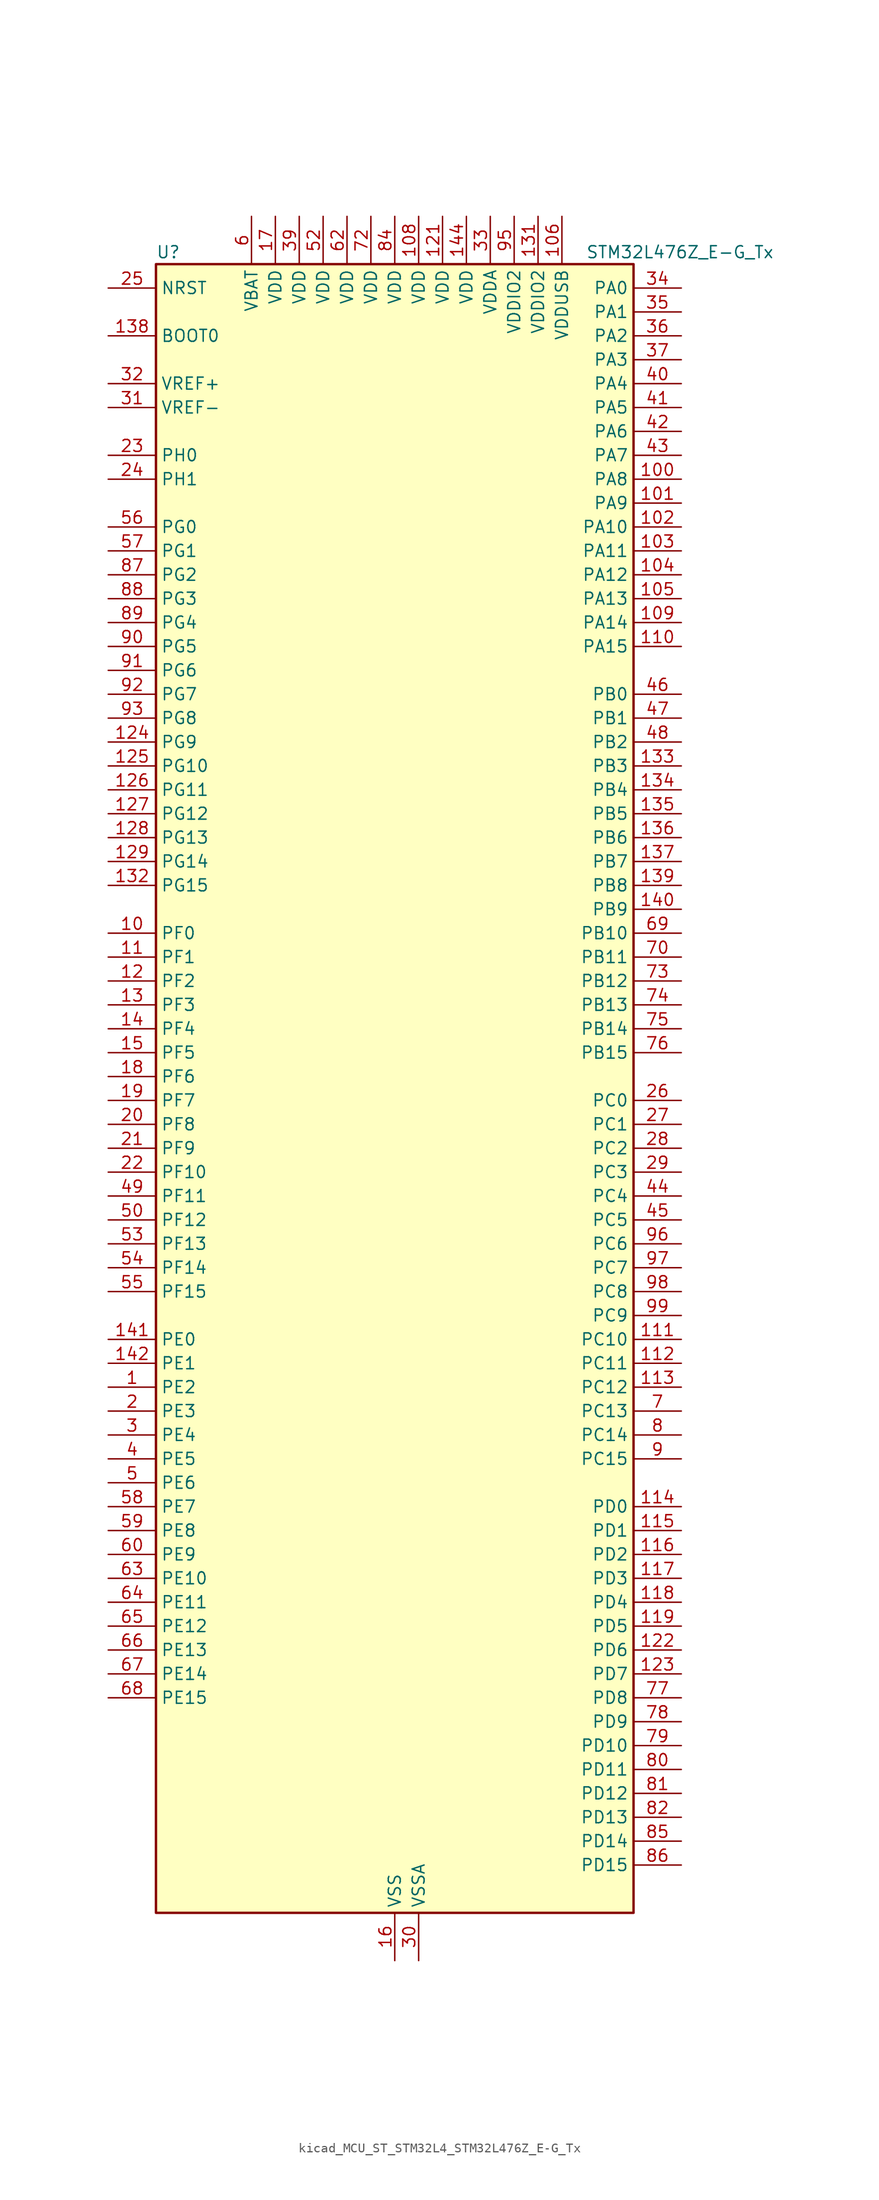
<source format=kicad_sym>
(kicad_symbol_lib
  (version 20220914)
  (generator kicad_symbol_editor)
  (symbol "kicad_MCU_ST_STM32L4_STM32L476Z_E-G_Tx"
    (property "Reference" "U"
      (at -25.4 90.17 0)
      (effects (font (size 1.27 1.27)) (justify left)))
    (property "Value" "STM32L476Z_E-G_Tx"
      (at 20.32 90.17 0)
      (effects (font (size 1.27 1.27)) (justify left)))
    (property "ki_locked" ""
      (at 0 0 0)
      (effects (font (size 1.27 1.27))))
    (symbol "kicad_MCU_ST_STM32L4_STM32L476Z_E-G_Tx_0_1"
      (rectangle (start -25.4 -86.36) (end 25.4 88.9) (stroke (width 0.254) (type default)) (fill (type background))))
    (symbol "kicad_MCU_ST_STM32L4_STM32L476Z_E-G_Tx_1_1"
      (pin bidirectional line (at -30.48 -30.48 0) (length 5.08) (name "PE2" (effects (font (size 1.27 1.27)))) (number "1" (effects (font (size 1.27 1.27)))) (alternate "FMC_A23" bidirectional line) (alternate "LCD_SEG38" bidirectional line) (alternate "SAI1_MCLK_A" bidirectional line) (alternate "SYS_TRACECLK" bidirectional line) (alternate "TIM3_ETR" bidirectional line) (alternate "TSC_G7_IO1" bidirectional line))
      (pin bidirectional line (at -30.48 17.78 0) (length 5.08) (name "PF0" (effects (font (size 1.27 1.27)))) (number "10" (effects (font (size 1.27 1.27)))) (alternate "FMC_A0" bidirectional line) (alternate "I2C2_SDA" bidirectional line))
      (pin bidirectional line (at 30.48 66.04 180) (length 5.08) (name "PA8" (effects (font (size 1.27 1.27)))) (number "100" (effects (font (size 1.27 1.27)))) (alternate "LCD_COM0" bidirectional line) (alternate "LPTIM2_OUT" bidirectional line) (alternate "RCC_MCO" bidirectional line) (alternate "TIM1_CH1" bidirectional line) (alternate "USART1_CK" bidirectional line) (alternate "USB_OTG_FS_SOF" bidirectional line))
      (pin bidirectional line (at 30.48 63.5 180) (length 5.08) (name "PA9" (effects (font (size 1.27 1.27)))) (number "101" (effects (font (size 1.27 1.27)))) (alternate "DAC1_EXTI9" bidirectional line) (alternate "LCD_COM1" bidirectional line) (alternate "TIM15_BKIN" bidirectional line) (alternate "TIM1_CH2" bidirectional line) (alternate "USART1_TX" bidirectional line) (alternate "USB_OTG_FS_VBUS" bidirectional line))
      (pin bidirectional line (at 30.48 60.96 180) (length 5.08) (name "PA10" (effects (font (size 1.27 1.27)))) (number "102" (effects (font (size 1.27 1.27)))) (alternate "LCD_COM2" bidirectional line) (alternate "TIM17_BKIN" bidirectional line) (alternate "TIM1_CH3" bidirectional line) (alternate "USART1_RX" bidirectional line) (alternate "USB_OTG_FS_ID" bidirectional line))
      (pin bidirectional line (at 30.48 58.42 180) (length 5.08) (name "PA11" (effects (font (size 1.27 1.27)))) (number "103" (effects (font (size 1.27 1.27)))) (alternate "ADC1_EXTI11" bidirectional line) (alternate "ADC2_EXTI11" bidirectional line) (alternate "ADC3_EXTI11" bidirectional line) (alternate "CAN1_RX" bidirectional line) (alternate "TIM1_BKIN2" bidirectional line) (alternate "TIM1_BKIN2_COMP1" bidirectional line) (alternate "TIM1_CH4" bidirectional line) (alternate "USART1_CTS" bidirectional line) (alternate "USB_OTG_FS_DM" bidirectional line))
      (pin bidirectional line (at 30.48 55.88 180) (length 5.08) (name "PA12" (effects (font (size 1.27 1.27)))) (number "104" (effects (font (size 1.27 1.27)))) (alternate "CAN1_TX" bidirectional line) (alternate "TIM1_ETR" bidirectional line) (alternate "USART1_DE" bidirectional line) (alternate "USART1_RTS" bidirectional line) (alternate "USB_OTG_FS_DP" bidirectional line))
      (pin bidirectional line (at 30.48 53.34 180) (length 5.08) (name "PA13" (effects (font (size 1.27 1.27)))) (number "105" (effects (font (size 1.27 1.27)))) (alternate "IR_OUT" bidirectional line) (alternate "SYS_JTMS-SWDIO" bidirectional line) (alternate "USB_OTG_FS_NOE" bidirectional line))
      (pin power_in line (at 17.78 93.98 270) (length 5.08) (name "VDDUSB" (effects (font (size 1.27 1.27)))) (number "106" (effects (font (size 1.27 1.27)))))
      (pin passive line (at 0 -91.44 90) (length 5.08) hide (name "VSS" (effects (font (size 1.27 1.27)))) (number "107" (effects (font (size 1.27 1.27)))))
      (pin power_in line (at 2.54 93.98 270) (length 5.08) (name "VDD" (effects (font (size 1.27 1.27)))) (number "108" (effects (font (size 1.27 1.27)))))
      (pin bidirectional line (at 30.48 50.8 180) (length 5.08) (name "PA14" (effects (font (size 1.27 1.27)))) (number "109" (effects (font (size 1.27 1.27)))) (alternate "SYS_JTCK-SWCLK" bidirectional line))
      (pin bidirectional line (at -30.48 15.24 0) (length 5.08) (name "PF1" (effects (font (size 1.27 1.27)))) (number "11" (effects (font (size 1.27 1.27)))) (alternate "FMC_A1" bidirectional line) (alternate "I2C2_SCL" bidirectional line))
      (pin bidirectional line (at 30.48 48.26 180) (length 5.08) (name "PA15" (effects (font (size 1.27 1.27)))) (number "110" (effects (font (size 1.27 1.27)))) (alternate "ADC1_EXTI15" bidirectional line) (alternate "ADC2_EXTI15" bidirectional line) (alternate "ADC3_EXTI15" bidirectional line) (alternate "LCD_SEG17" bidirectional line) (alternate "SAI2_FS_B" bidirectional line) (alternate "SPI1_NSS" bidirectional line) (alternate "SPI3_NSS" bidirectional line) (alternate "SYS_JTDI" bidirectional line) (alternate "TIM2_CH1" bidirectional line) (alternate "TIM2_ETR" bidirectional line) (alternate "TSC_G3_IO1" bidirectional line) (alternate "UART4_DE" bidirectional line) (alternate "UART4_RTS" bidirectional line))
      (pin bidirectional line (at 30.48 -25.4 180) (length 5.08) (name "PC10" (effects (font (size 1.27 1.27)))) (number "111" (effects (font (size 1.27 1.27)))) (alternate "LCD_COM4" bidirectional line) (alternate "LCD_SEG28" bidirectional line) (alternate "LCD_SEG40" bidirectional line) (alternate "SAI2_SCK_B" bidirectional line) (alternate "SDMMC1_D2" bidirectional line) (alternate "SPI3_SCK" bidirectional line) (alternate "TSC_G3_IO2" bidirectional line) (alternate "UART4_TX" bidirectional line) (alternate "USART3_TX" bidirectional line))
      (pin bidirectional line (at 30.48 -27.94 180) (length 5.08) (name "PC11" (effects (font (size 1.27 1.27)))) (number "112" (effects (font (size 1.27 1.27)))) (alternate "ADC1_EXTI11" bidirectional line) (alternate "ADC2_EXTI11" bidirectional line) (alternate "ADC3_EXTI11" bidirectional line) (alternate "LCD_COM5" bidirectional line) (alternate "LCD_SEG29" bidirectional line) (alternate "LCD_SEG41" bidirectional line) (alternate "SAI2_MCLK_B" bidirectional line) (alternate "SDMMC1_D3" bidirectional line) (alternate "SPI3_MISO" bidirectional line) (alternate "TSC_G3_IO3" bidirectional line) (alternate "UART4_RX" bidirectional line) (alternate "USART3_RX" bidirectional line))
      (pin bidirectional line (at 30.48 -30.48 180) (length 5.08) (name "PC12" (effects (font (size 1.27 1.27)))) (number "113" (effects (font (size 1.27 1.27)))) (alternate "LCD_COM6" bidirectional line) (alternate "LCD_SEG30" bidirectional line) (alternate "LCD_SEG42" bidirectional line) (alternate "SAI2_SD_B" bidirectional line) (alternate "SDMMC1_CK" bidirectional line) (alternate "SPI3_MOSI" bidirectional line) (alternate "TSC_G3_IO4" bidirectional line) (alternate "UART5_TX" bidirectional line) (alternate "USART3_CK" bidirectional line))
      (pin bidirectional line (at 30.48 -43.18 180) (length 5.08) (name "PD0" (effects (font (size 1.27 1.27)))) (number "114" (effects (font (size 1.27 1.27)))) (alternate "CAN1_RX" bidirectional line) (alternate "DFSDM1_DATIN7" bidirectional line) (alternate "FMC_D2" bidirectional line) (alternate "FMC_DA2" bidirectional line) (alternate "SPI2_NSS" bidirectional line))
      (pin bidirectional line (at 30.48 -45.72 180) (length 5.08) (name "PD1" (effects (font (size 1.27 1.27)))) (number "115" (effects (font (size 1.27 1.27)))) (alternate "CAN1_TX" bidirectional line) (alternate "DFSDM1_CKIN7" bidirectional line) (alternate "FMC_D3" bidirectional line) (alternate "FMC_DA3" bidirectional line) (alternate "SPI2_SCK" bidirectional line))
      (pin bidirectional line (at 30.48 -48.26 180) (length 5.08) (name "PD2" (effects (font (size 1.27 1.27)))) (number "116" (effects (font (size 1.27 1.27)))) (alternate "LCD_COM7" bidirectional line) (alternate "LCD_SEG31" bidirectional line) (alternate "LCD_SEG43" bidirectional line) (alternate "SDMMC1_CMD" bidirectional line) (alternate "TIM3_ETR" bidirectional line) (alternate "TSC_SYNC" bidirectional line) (alternate "UART5_RX" bidirectional line) (alternate "USART3_DE" bidirectional line) (alternate "USART3_RTS" bidirectional line))
      (pin bidirectional line (at 30.48 -50.8 180) (length 5.08) (name "PD3" (effects (font (size 1.27 1.27)))) (number "117" (effects (font (size 1.27 1.27)))) (alternate "DFSDM1_DATIN0" bidirectional line) (alternate "FMC_CLK" bidirectional line) (alternate "SPI2_MISO" bidirectional line) (alternate "USART2_CTS" bidirectional line))
      (pin bidirectional line (at 30.48 -53.34 180) (length 5.08) (name "PD4" (effects (font (size 1.27 1.27)))) (number "118" (effects (font (size 1.27 1.27)))) (alternate "DFSDM1_CKIN0" bidirectional line) (alternate "FMC_NOE" bidirectional line) (alternate "SPI2_MOSI" bidirectional line) (alternate "USART2_DE" bidirectional line) (alternate "USART2_RTS" bidirectional line))
      (pin bidirectional line (at 30.48 -55.88 180) (length 5.08) (name "PD5" (effects (font (size 1.27 1.27)))) (number "119" (effects (font (size 1.27 1.27)))) (alternate "FMC_NWE" bidirectional line) (alternate "USART2_TX" bidirectional line))
      (pin bidirectional line (at -30.48 12.7 0) (length 5.08) (name "PF2" (effects (font (size 1.27 1.27)))) (number "12" (effects (font (size 1.27 1.27)))) (alternate "FMC_A2" bidirectional line) (alternate "I2C2_SMBA" bidirectional line))
      (pin passive line (at 0 -91.44 90) (length 5.08) hide (name "VSS" (effects (font (size 1.27 1.27)))) (number "120" (effects (font (size 1.27 1.27)))))
      (pin power_in line (at 5.08 93.98 270) (length 5.08) (name "VDD" (effects (font (size 1.27 1.27)))) (number "121" (effects (font (size 1.27 1.27)))))
      (pin bidirectional line (at 30.48 -58.42 180) (length 5.08) (name "PD6" (effects (font (size 1.27 1.27)))) (number "122" (effects (font (size 1.27 1.27)))) (alternate "DFSDM1_DATIN1" bidirectional line) (alternate "FMC_NWAIT" bidirectional line) (alternate "SAI1_SD_A" bidirectional line) (alternate "USART2_RX" bidirectional line))
      (pin bidirectional line (at 30.48 -60.96 180) (length 5.08) (name "PD7" (effects (font (size 1.27 1.27)))) (number "123" (effects (font (size 1.27 1.27)))) (alternate "DFSDM1_CKIN1" bidirectional line) (alternate "FMC_NE1" bidirectional line) (alternate "USART2_CK" bidirectional line))
      (pin bidirectional line (at -30.48 38.1 0) (length 5.08) (name "PG9" (effects (font (size 1.27 1.27)))) (number "124" (effects (font (size 1.27 1.27)))) (alternate "DAC1_EXTI9" bidirectional line) (alternate "FMC_NCE3" bidirectional line) (alternate "FMC_NE2" bidirectional line) (alternate "SAI2_SCK_A" bidirectional line) (alternate "SPI3_SCK" bidirectional line) (alternate "TIM15_CH1N" bidirectional line) (alternate "USART1_TX" bidirectional line))
      (pin bidirectional line (at -30.48 35.56 0) (length 5.08) (name "PG10" (effects (font (size 1.27 1.27)))) (number "125" (effects (font (size 1.27 1.27)))) (alternate "FMC_NE3" bidirectional line) (alternate "LPTIM1_IN1" bidirectional line) (alternate "SAI2_FS_A" bidirectional line) (alternate "SPI3_MISO" bidirectional line) (alternate "TIM15_CH1" bidirectional line) (alternate "USART1_RX" bidirectional line))
      (pin bidirectional line (at -30.48 33.02 0) (length 5.08) (name "PG11" (effects (font (size 1.27 1.27)))) (number "126" (effects (font (size 1.27 1.27)))) (alternate "ADC1_EXTI11" bidirectional line) (alternate "ADC2_EXTI11" bidirectional line) (alternate "ADC3_EXTI11" bidirectional line) (alternate "LPTIM1_IN2" bidirectional line) (alternate "SAI2_MCLK_A" bidirectional line) (alternate "SPI3_MOSI" bidirectional line) (alternate "TIM15_CH2" bidirectional line) (alternate "USART1_CTS" bidirectional line))
      (pin bidirectional line (at -30.48 30.48 0) (length 5.08) (name "PG12" (effects (font (size 1.27 1.27)))) (number "127" (effects (font (size 1.27 1.27)))) (alternate "FMC_NE4" bidirectional line) (alternate "LPTIM1_ETR" bidirectional line) (alternate "SAI2_SD_A" bidirectional line) (alternate "SPI3_NSS" bidirectional line) (alternate "USART1_DE" bidirectional line) (alternate "USART1_RTS" bidirectional line))
      (pin bidirectional line (at -30.48 27.94 0) (length 5.08) (name "PG13" (effects (font (size 1.27 1.27)))) (number "128" (effects (font (size 1.27 1.27)))) (alternate "FMC_A24" bidirectional line) (alternate "I2C1_SDA" bidirectional line) (alternate "USART1_CK" bidirectional line))
      (pin bidirectional line (at -30.48 25.4 0) (length 5.08) (name "PG14" (effects (font (size 1.27 1.27)))) (number "129" (effects (font (size 1.27 1.27)))) (alternate "FMC_A25" bidirectional line) (alternate "I2C1_SCL" bidirectional line))
      (pin bidirectional line (at -30.48 10.16 0) (length 5.08) (name "PF3" (effects (font (size 1.27 1.27)))) (number "13" (effects (font (size 1.27 1.27)))) (alternate "ADC3_IN6" bidirectional line) (alternate "FMC_A3" bidirectional line))
      (pin passive line (at 0 -91.44 90) (length 5.08) hide (name "VSS" (effects (font (size 1.27 1.27)))) (number "130" (effects (font (size 1.27 1.27)))))
      (pin power_in line (at 15.24 93.98 270) (length 5.08) (name "VDDIO2" (effects (font (size 1.27 1.27)))) (number "131" (effects (font (size 1.27 1.27)))))
      (pin bidirectional line (at -30.48 22.86 0) (length 5.08) (name "PG15" (effects (font (size 1.27 1.27)))) (number "132" (effects (font (size 1.27 1.27)))) (alternate "ADC1_EXTI15" bidirectional line) (alternate "ADC2_EXTI15" bidirectional line) (alternate "ADC3_EXTI15" bidirectional line) (alternate "I2C1_SMBA" bidirectional line) (alternate "LPTIM1_OUT" bidirectional line))
      (pin bidirectional line (at 30.48 35.56 180) (length 5.08) (name "PB3" (effects (font (size 1.27 1.27)))) (number "133" (effects (font (size 1.27 1.27)))) (alternate "COMP2_INM" bidirectional line) (alternate "LCD_SEG7" bidirectional line) (alternate "SAI1_SCK_B" bidirectional line) (alternate "SPI1_SCK" bidirectional line) (alternate "SPI3_SCK" bidirectional line) (alternate "SYS_JTDO-SWO" bidirectional line) (alternate "TIM2_CH2" bidirectional line) (alternate "USART1_DE" bidirectional line) (alternate "USART1_RTS" bidirectional line))
      (pin bidirectional line (at 30.48 33.02 180) (length 5.08) (name "PB4" (effects (font (size 1.27 1.27)))) (number "134" (effects (font (size 1.27 1.27)))) (alternate "COMP2_INP" bidirectional line) (alternate "LCD_SEG8" bidirectional line) (alternate "SAI1_MCLK_B" bidirectional line) (alternate "SPI1_MISO" bidirectional line) (alternate "SPI3_MISO" bidirectional line) (alternate "SYS_JTRST" bidirectional line) (alternate "TIM17_BKIN" bidirectional line) (alternate "TIM3_CH1" bidirectional line) (alternate "TSC_G2_IO1" bidirectional line) (alternate "UART5_DE" bidirectional line) (alternate "UART5_RTS" bidirectional line) (alternate "USART1_CTS" bidirectional line))
      (pin bidirectional line (at 30.48 30.48 180) (length 5.08) (name "PB5" (effects (font (size 1.27 1.27)))) (number "135" (effects (font (size 1.27 1.27)))) (alternate "COMP2_OUT" bidirectional line) (alternate "I2C1_SMBA" bidirectional line) (alternate "LCD_SEG9" bidirectional line) (alternate "LPTIM1_IN1" bidirectional line) (alternate "SAI1_SD_B" bidirectional line) (alternate "SPI1_MOSI" bidirectional line) (alternate "SPI3_MOSI" bidirectional line) (alternate "TIM16_BKIN" bidirectional line) (alternate "TIM3_CH2" bidirectional line) (alternate "TSC_G2_IO2" bidirectional line) (alternate "UART5_CTS" bidirectional line) (alternate "USART1_CK" bidirectional line))
      (pin bidirectional line (at 30.48 27.94 180) (length 5.08) (name "PB6" (effects (font (size 1.27 1.27)))) (number "136" (effects (font (size 1.27 1.27)))) (alternate "COMP2_INP" bidirectional line) (alternate "DFSDM1_DATIN5" bidirectional line) (alternate "I2C1_SCL" bidirectional line) (alternate "LPTIM1_ETR" bidirectional line) (alternate "SAI1_FS_B" bidirectional line) (alternate "TIM16_CH1N" bidirectional line) (alternate "TIM4_CH1" bidirectional line) (alternate "TIM8_BKIN2" bidirectional line) (alternate "TIM8_BKIN2_COMP2" bidirectional line) (alternate "TSC_G2_IO3" bidirectional line) (alternate "USART1_TX" bidirectional line))
      (pin bidirectional line (at 30.48 25.4 180) (length 5.08) (name "PB7" (effects (font (size 1.27 1.27)))) (number "137" (effects (font (size 1.27 1.27)))) (alternate "COMP2_INM" bidirectional line) (alternate "DFSDM1_CKIN5" bidirectional line) (alternate "FMC_NL" bidirectional line) (alternate "I2C1_SDA" bidirectional line) (alternate "LCD_SEG21" bidirectional line) (alternate "LPTIM1_IN2" bidirectional line) (alternate "SYS_PVD_IN" bidirectional line) (alternate "TIM17_CH1N" bidirectional line) (alternate "TIM4_CH2" bidirectional line) (alternate "TIM8_BKIN" bidirectional line) (alternate "TIM8_BKIN_COMP1" bidirectional line) (alternate "TSC_G2_IO4" bidirectional line) (alternate "UART4_CTS" bidirectional line) (alternate "USART1_RX" bidirectional line))
      (pin input line (at -30.48 81.28 0) (length 5.08) (name "BOOT0" (effects (font (size 1.27 1.27)))) (number "138" (effects (font (size 1.27 1.27)))))
      (pin bidirectional line (at 30.48 22.86 180) (length 5.08) (name "PB8" (effects (font (size 1.27 1.27)))) (number "139" (effects (font (size 1.27 1.27)))) (alternate "CAN1_RX" bidirectional line) (alternate "DFSDM1_DATIN6" bidirectional line) (alternate "I2C1_SCL" bidirectional line) (alternate "LCD_SEG16" bidirectional line) (alternate "SAI1_MCLK_A" bidirectional line) (alternate "SDMMC1_D4" bidirectional line) (alternate "TIM16_CH1" bidirectional line) (alternate "TIM4_CH3" bidirectional line))
      (pin bidirectional line (at -30.48 7.62 0) (length 5.08) (name "PF4" (effects (font (size 1.27 1.27)))) (number "14" (effects (font (size 1.27 1.27)))) (alternate "ADC3_IN7" bidirectional line) (alternate "FMC_A4" bidirectional line))
      (pin bidirectional line (at 30.48 20.32 180) (length 5.08) (name "PB9" (effects (font (size 1.27 1.27)))) (number "140" (effects (font (size 1.27 1.27)))) (alternate "CAN1_TX" bidirectional line) (alternate "DAC1_EXTI9" bidirectional line) (alternate "DFSDM1_CKIN6" bidirectional line) (alternate "I2C1_SDA" bidirectional line) (alternate "IR_OUT" bidirectional line) (alternate "LCD_COM3" bidirectional line) (alternate "SAI1_FS_A" bidirectional line) (alternate "SDMMC1_D5" bidirectional line) (alternate "SPI2_NSS" bidirectional line) (alternate "TIM17_CH1" bidirectional line) (alternate "TIM4_CH4" bidirectional line))
      (pin bidirectional line (at -30.48 -25.4 0) (length 5.08) (name "PE0" (effects (font (size 1.27 1.27)))) (number "141" (effects (font (size 1.27 1.27)))) (alternate "FMC_NBL0" bidirectional line) (alternate "LCD_SEG36" bidirectional line) (alternate "TIM16_CH1" bidirectional line) (alternate "TIM4_ETR" bidirectional line))
      (pin bidirectional line (at -30.48 -27.94 0) (length 5.08) (name "PE1" (effects (font (size 1.27 1.27)))) (number "142" (effects (font (size 1.27 1.27)))) (alternate "FMC_NBL1" bidirectional line) (alternate "LCD_SEG37" bidirectional line) (alternate "TIM17_CH1" bidirectional line))
      (pin passive line (at 0 -91.44 90) (length 5.08) hide (name "VSS" (effects (font (size 1.27 1.27)))) (number "143" (effects (font (size 1.27 1.27)))))
      (pin power_in line (at 7.62 93.98 270) (length 5.08) (name "VDD" (effects (font (size 1.27 1.27)))) (number "144" (effects (font (size 1.27 1.27)))))
      (pin bidirectional line (at -30.48 5.08 0) (length 5.08) (name "PF5" (effects (font (size 1.27 1.27)))) (number "15" (effects (font (size 1.27 1.27)))) (alternate "ADC3_IN8" bidirectional line) (alternate "FMC_A5" bidirectional line))
      (pin power_in line (at 0 -91.44 90) (length 5.08) (name "VSS" (effects (font (size 1.27 1.27)))) (number "16" (effects (font (size 1.27 1.27)))))
      (pin power_in line (at -12.7 93.98 270) (length 5.08) (name "VDD" (effects (font (size 1.27 1.27)))) (number "17" (effects (font (size 1.27 1.27)))))
      (pin bidirectional line (at -30.48 2.54 0) (length 5.08) (name "PF6" (effects (font (size 1.27 1.27)))) (number "18" (effects (font (size 1.27 1.27)))) (alternate "ADC3_IN9" bidirectional line) (alternate "SAI1_SD_B" bidirectional line) (alternate "TIM5_CH1" bidirectional line) (alternate "TIM5_ETR" bidirectional line))
      (pin bidirectional line (at -30.48 0 0) (length 5.08) (name "PF7" (effects (font (size 1.27 1.27)))) (number "19" (effects (font (size 1.27 1.27)))) (alternate "ADC3_IN10" bidirectional line) (alternate "SAI1_MCLK_B" bidirectional line) (alternate "TIM5_CH2" bidirectional line))
      (pin bidirectional line (at -30.48 -33.02 0) (length 5.08) (name "PE3" (effects (font (size 1.27 1.27)))) (number "2" (effects (font (size 1.27 1.27)))) (alternate "FMC_A19" bidirectional line) (alternate "LCD_SEG39" bidirectional line) (alternate "SAI1_SD_B" bidirectional line) (alternate "SYS_TRACED0" bidirectional line) (alternate "TIM3_CH1" bidirectional line) (alternate "TSC_G7_IO2" bidirectional line))
      (pin bidirectional line (at -30.48 -2.54 0) (length 5.08) (name "PF8" (effects (font (size 1.27 1.27)))) (number "20" (effects (font (size 1.27 1.27)))) (alternate "ADC3_IN11" bidirectional line) (alternate "SAI1_SCK_B" bidirectional line) (alternate "TIM5_CH3" bidirectional line))
      (pin bidirectional line (at -30.48 -5.08 0) (length 5.08) (name "PF9" (effects (font (size 1.27 1.27)))) (number "21" (effects (font (size 1.27 1.27)))) (alternate "ADC3_IN12" bidirectional line) (alternate "DAC1_EXTI9" bidirectional line) (alternate "SAI1_FS_B" bidirectional line) (alternate "TIM15_CH1" bidirectional line) (alternate "TIM5_CH4" bidirectional line))
      (pin bidirectional line (at -30.48 -7.62 0) (length 5.08) (name "PF10" (effects (font (size 1.27 1.27)))) (number "22" (effects (font (size 1.27 1.27)))) (alternate "ADC3_IN13" bidirectional line) (alternate "TIM15_CH2" bidirectional line))
      (pin bidirectional line (at -30.48 68.58 0) (length 5.08) (name "PH0" (effects (font (size 1.27 1.27)))) (number "23" (effects (font (size 1.27 1.27)))) (alternate "RCC_OSC_IN" bidirectional line))
      (pin bidirectional line (at -30.48 66.04 0) (length 5.08) (name "PH1" (effects (font (size 1.27 1.27)))) (number "24" (effects (font (size 1.27 1.27)))) (alternate "RCC_OSC_OUT" bidirectional line))
      (pin input line (at -30.48 86.36 0) (length 5.08) (name "NRST" (effects (font (size 1.27 1.27)))) (number "25" (effects (font (size 1.27 1.27)))))
      (pin bidirectional line (at 30.48 0 180) (length 5.08) (name "PC0" (effects (font (size 1.27 1.27)))) (number "26" (effects (font (size 1.27 1.27)))) (alternate "ADC1_IN1" bidirectional line) (alternate "ADC2_IN1" bidirectional line) (alternate "ADC3_IN1" bidirectional line) (alternate "DFSDM1_DATIN4" bidirectional line) (alternate "I2C3_SCL" bidirectional line) (alternate "LCD_SEG18" bidirectional line) (alternate "LPTIM1_IN1" bidirectional line) (alternate "LPTIM2_IN1" bidirectional line) (alternate "LPUART1_RX" bidirectional line))
      (pin bidirectional line (at 30.48 -2.54 180) (length 5.08) (name "PC1" (effects (font (size 1.27 1.27)))) (number "27" (effects (font (size 1.27 1.27)))) (alternate "ADC1_IN2" bidirectional line) (alternate "ADC2_IN2" bidirectional line) (alternate "ADC3_IN2" bidirectional line) (alternate "DFSDM1_CKIN4" bidirectional line) (alternate "I2C3_SDA" bidirectional line) (alternate "LCD_SEG19" bidirectional line) (alternate "LPTIM1_OUT" bidirectional line) (alternate "LPUART1_TX" bidirectional line))
      (pin bidirectional line (at 30.48 -5.08 180) (length 5.08) (name "PC2" (effects (font (size 1.27 1.27)))) (number "28" (effects (font (size 1.27 1.27)))) (alternate "ADC1_IN3" bidirectional line) (alternate "ADC2_IN3" bidirectional line) (alternate "ADC3_IN3" bidirectional line) (alternate "DFSDM1_CKOUT" bidirectional line) (alternate "LCD_SEG20" bidirectional line) (alternate "LPTIM1_IN2" bidirectional line) (alternate "SPI2_MISO" bidirectional line))
      (pin bidirectional line (at 30.48 -7.62 180) (length 5.08) (name "PC3" (effects (font (size 1.27 1.27)))) (number "29" (effects (font (size 1.27 1.27)))) (alternate "ADC1_IN4" bidirectional line) (alternate "ADC2_IN4" bidirectional line) (alternate "ADC3_IN4" bidirectional line) (alternate "LCD_VLCD" bidirectional line) (alternate "LPTIM1_ETR" bidirectional line) (alternate "LPTIM2_ETR" bidirectional line) (alternate "SAI1_SD_A" bidirectional line) (alternate "SPI2_MOSI" bidirectional line))
      (pin bidirectional line (at -30.48 -35.56 0) (length 5.08) (name "PE4" (effects (font (size 1.27 1.27)))) (number "3" (effects (font (size 1.27 1.27)))) (alternate "DFSDM1_DATIN3" bidirectional line) (alternate "FMC_A20" bidirectional line) (alternate "SAI1_FS_A" bidirectional line) (alternate "SYS_TRACED1" bidirectional line) (alternate "TIM3_CH2" bidirectional line) (alternate "TSC_G7_IO3" bidirectional line))
      (pin power_in line (at 2.54 -91.44 90) (length 5.08) (name "VSSA" (effects (font (size 1.27 1.27)))) (number "30" (effects (font (size 1.27 1.27)))))
      (pin input line (at -30.48 73.66 0) (length 5.08) (name "VREF-" (effects (font (size 1.27 1.27)))) (number "31" (effects (font (size 1.27 1.27)))))
      (pin input line (at -30.48 76.2 0) (length 5.08) (name "VREF+" (effects (font (size 1.27 1.27)))) (number "32" (effects (font (size 1.27 1.27)))) (alternate "VREFBUF_OUT" bidirectional line))
      (pin power_in line (at 10.16 93.98 270) (length 5.08) (name "VDDA" (effects (font (size 1.27 1.27)))) (number "33" (effects (font (size 1.27 1.27)))))
      (pin bidirectional line (at 30.48 86.36 180) (length 5.08) (name "PA0" (effects (font (size 1.27 1.27)))) (number "34" (effects (font (size 1.27 1.27)))) (alternate "ADC1_IN5" bidirectional line) (alternate "ADC2_IN5" bidirectional line) (alternate "OPAMP1_VINP" bidirectional line) (alternate "RTC_TAMP2" bidirectional line) (alternate "SAI1_EXTCLK" bidirectional line) (alternate "SYS_WKUP1" bidirectional line) (alternate "TIM2_CH1" bidirectional line) (alternate "TIM2_ETR" bidirectional line) (alternate "TIM5_CH1" bidirectional line) (alternate "TIM8_ETR" bidirectional line) (alternate "UART4_TX" bidirectional line) (alternate "USART2_CTS" bidirectional line))
      (pin bidirectional line (at 30.48 83.82 180) (length 5.08) (name "PA1" (effects (font (size 1.27 1.27)))) (number "35" (effects (font (size 1.27 1.27)))) (alternate "ADC1_IN6" bidirectional line) (alternate "ADC2_IN6" bidirectional line) (alternate "LCD_SEG0" bidirectional line) (alternate "OPAMP1_VINM" bidirectional line) (alternate "TIM15_CH1N" bidirectional line) (alternate "TIM2_CH2" bidirectional line) (alternate "TIM5_CH2" bidirectional line) (alternate "UART4_RX" bidirectional line) (alternate "USART2_DE" bidirectional line) (alternate "USART2_RTS" bidirectional line))
      (pin bidirectional line (at 30.48 81.28 180) (length 5.08) (name "PA2" (effects (font (size 1.27 1.27)))) (number "36" (effects (font (size 1.27 1.27)))) (alternate "ADC1_IN7" bidirectional line) (alternate "ADC2_IN7" bidirectional line) (alternate "LCD_SEG1" bidirectional line) (alternate "RCC_LSCO" bidirectional line) (alternate "SAI2_EXTCLK" bidirectional line) (alternate "SYS_WKUP4" bidirectional line) (alternate "TIM15_CH1" bidirectional line) (alternate "TIM2_CH3" bidirectional line) (alternate "TIM5_CH3" bidirectional line) (alternate "USART2_TX" bidirectional line))
      (pin bidirectional line (at 30.48 78.74 180) (length 5.08) (name "PA3" (effects (font (size 1.27 1.27)))) (number "37" (effects (font (size 1.27 1.27)))) (alternate "ADC1_IN8" bidirectional line) (alternate "ADC2_IN8" bidirectional line) (alternate "LCD_SEG2" bidirectional line) (alternate "OPAMP1_VOUT" bidirectional line) (alternate "TIM15_CH2" bidirectional line) (alternate "TIM2_CH4" bidirectional line) (alternate "TIM5_CH4" bidirectional line) (alternate "USART2_RX" bidirectional line))
      (pin passive line (at 0 -91.44 90) (length 5.08) hide (name "VSS" (effects (font (size 1.27 1.27)))) (number "38" (effects (font (size 1.27 1.27)))))
      (pin power_in line (at -10.16 93.98 270) (length 5.08) (name "VDD" (effects (font (size 1.27 1.27)))) (number "39" (effects (font (size 1.27 1.27)))))
      (pin bidirectional line (at -30.48 -38.1 0) (length 5.08) (name "PE5" (effects (font (size 1.27 1.27)))) (number "4" (effects (font (size 1.27 1.27)))) (alternate "DFSDM1_CKIN3" bidirectional line) (alternate "FMC_A21" bidirectional line) (alternate "SAI1_SCK_A" bidirectional line) (alternate "SYS_TRACED2" bidirectional line) (alternate "TIM3_CH3" bidirectional line) (alternate "TSC_G7_IO4" bidirectional line))
      (pin bidirectional line (at 30.48 76.2 180) (length 5.08) (name "PA4" (effects (font (size 1.27 1.27)))) (number "40" (effects (font (size 1.27 1.27)))) (alternate "ADC1_IN9" bidirectional line) (alternate "ADC2_IN9" bidirectional line) (alternate "DAC1_OUT1" bidirectional line) (alternate "LPTIM2_OUT" bidirectional line) (alternate "SAI1_FS_B" bidirectional line) (alternate "SPI1_NSS" bidirectional line) (alternate "SPI3_NSS" bidirectional line) (alternate "USART2_CK" bidirectional line))
      (pin bidirectional line (at 30.48 73.66 180) (length 5.08) (name "PA5" (effects (font (size 1.27 1.27)))) (number "41" (effects (font (size 1.27 1.27)))) (alternate "ADC1_IN10" bidirectional line) (alternate "ADC2_IN10" bidirectional line) (alternate "DAC1_OUT2" bidirectional line) (alternate "LPTIM2_ETR" bidirectional line) (alternate "SPI1_SCK" bidirectional line) (alternate "TIM2_CH1" bidirectional line) (alternate "TIM2_ETR" bidirectional line) (alternate "TIM8_CH1N" bidirectional line))
      (pin bidirectional line (at 30.48 71.12 180) (length 5.08) (name "PA6" (effects (font (size 1.27 1.27)))) (number "42" (effects (font (size 1.27 1.27)))) (alternate "ADC1_IN11" bidirectional line) (alternate "ADC2_IN11" bidirectional line) (alternate "LCD_SEG3" bidirectional line) (alternate "OPAMP2_VINP" bidirectional line) (alternate "QUADSPI_BK1_IO3" bidirectional line) (alternate "SPI1_MISO" bidirectional line) (alternate "TIM16_CH1" bidirectional line) (alternate "TIM1_BKIN" bidirectional line) (alternate "TIM1_BKIN_COMP2" bidirectional line) (alternate "TIM3_CH1" bidirectional line) (alternate "TIM8_BKIN" bidirectional line) (alternate "TIM8_BKIN_COMP2" bidirectional line) (alternate "USART3_CTS" bidirectional line))
      (pin bidirectional line (at 30.48 68.58 180) (length 5.08) (name "PA7" (effects (font (size 1.27 1.27)))) (number "43" (effects (font (size 1.27 1.27)))) (alternate "ADC1_IN12" bidirectional line) (alternate "ADC2_IN12" bidirectional line) (alternate "LCD_SEG4" bidirectional line) (alternate "OPAMP2_VINM" bidirectional line) (alternate "QUADSPI_BK1_IO2" bidirectional line) (alternate "SPI1_MOSI" bidirectional line) (alternate "TIM17_CH1" bidirectional line) (alternate "TIM1_CH1N" bidirectional line) (alternate "TIM3_CH2" bidirectional line) (alternate "TIM8_CH1N" bidirectional line))
      (pin bidirectional line (at 30.48 -10.16 180) (length 5.08) (name "PC4" (effects (font (size 1.27 1.27)))) (number "44" (effects (font (size 1.27 1.27)))) (alternate "ADC1_IN13" bidirectional line) (alternate "ADC2_IN13" bidirectional line) (alternate "COMP1_INM" bidirectional line) (alternate "LCD_SEG22" bidirectional line) (alternate "USART3_TX" bidirectional line))
      (pin bidirectional line (at 30.48 -12.7 180) (length 5.08) (name "PC5" (effects (font (size 1.27 1.27)))) (number "45" (effects (font (size 1.27 1.27)))) (alternate "ADC1_IN14" bidirectional line) (alternate "ADC2_IN14" bidirectional line) (alternate "COMP1_INP" bidirectional line) (alternate "LCD_SEG23" bidirectional line) (alternate "SYS_WKUP5" bidirectional line) (alternate "USART3_RX" bidirectional line))
      (pin bidirectional line (at 30.48 43.18 180) (length 5.08) (name "PB0" (effects (font (size 1.27 1.27)))) (number "46" (effects (font (size 1.27 1.27)))) (alternate "ADC1_IN15" bidirectional line) (alternate "ADC2_IN15" bidirectional line) (alternate "COMP1_OUT" bidirectional line) (alternate "LCD_SEG5" bidirectional line) (alternate "OPAMP2_VOUT" bidirectional line) (alternate "QUADSPI_BK1_IO1" bidirectional line) (alternate "TIM1_CH2N" bidirectional line) (alternate "TIM3_CH3" bidirectional line) (alternate "TIM8_CH2N" bidirectional line) (alternate "USART3_CK" bidirectional line))
      (pin bidirectional line (at 30.48 40.64 180) (length 5.08) (name "PB1" (effects (font (size 1.27 1.27)))) (number "47" (effects (font (size 1.27 1.27)))) (alternate "ADC1_IN16" bidirectional line) (alternate "ADC2_IN16" bidirectional line) (alternate "COMP1_INM" bidirectional line) (alternate "DFSDM1_DATIN0" bidirectional line) (alternate "LCD_SEG6" bidirectional line) (alternate "LPTIM2_IN1" bidirectional line) (alternate "QUADSPI_BK1_IO0" bidirectional line) (alternate "TIM1_CH3N" bidirectional line) (alternate "TIM3_CH4" bidirectional line) (alternate "TIM8_CH3N" bidirectional line) (alternate "USART3_DE" bidirectional line) (alternate "USART3_RTS" bidirectional line))
      (pin bidirectional line (at 30.48 38.1 180) (length 5.08) (name "PB2" (effects (font (size 1.27 1.27)))) (number "48" (effects (font (size 1.27 1.27)))) (alternate "COMP1_INP" bidirectional line) (alternate "DFSDM1_CKIN0" bidirectional line) (alternate "I2C3_SMBA" bidirectional line) (alternate "LPTIM1_OUT" bidirectional line) (alternate "RTC_OUT_ALARM" bidirectional line) (alternate "RTC_OUT_CALIB" bidirectional line))
      (pin bidirectional line (at -30.48 -10.16 0) (length 5.08) (name "PF11" (effects (font (size 1.27 1.27)))) (number "49" (effects (font (size 1.27 1.27)))) (alternate "ADC1_EXTI11" bidirectional line) (alternate "ADC2_EXTI11" bidirectional line) (alternate "ADC3_EXTI11" bidirectional line))
      (pin bidirectional line (at -30.48 -40.64 0) (length 5.08) (name "PE6" (effects (font (size 1.27 1.27)))) (number "5" (effects (font (size 1.27 1.27)))) (alternate "FMC_A22" bidirectional line) (alternate "RTC_TAMP3" bidirectional line) (alternate "SAI1_SD_A" bidirectional line) (alternate "SYS_TRACED3" bidirectional line) (alternate "SYS_WKUP3" bidirectional line) (alternate "TIM3_CH4" bidirectional line))
      (pin bidirectional line (at -30.48 -12.7 0) (length 5.08) (name "PF12" (effects (font (size 1.27 1.27)))) (number "50" (effects (font (size 1.27 1.27)))) (alternate "FMC_A6" bidirectional line))
      (pin passive line (at 0 -91.44 90) (length 5.08) hide (name "VSS" (effects (font (size 1.27 1.27)))) (number "51" (effects (font (size 1.27 1.27)))))
      (pin power_in line (at -7.62 93.98 270) (length 5.08) (name "VDD" (effects (font (size 1.27 1.27)))) (number "52" (effects (font (size 1.27 1.27)))))
      (pin bidirectional line (at -30.48 -15.24 0) (length 5.08) (name "PF13" (effects (font (size 1.27 1.27)))) (number "53" (effects (font (size 1.27 1.27)))) (alternate "DFSDM1_DATIN6" bidirectional line) (alternate "FMC_A7" bidirectional line))
      (pin bidirectional line (at -30.48 -17.78 0) (length 5.08) (name "PF14" (effects (font (size 1.27 1.27)))) (number "54" (effects (font (size 1.27 1.27)))) (alternate "DFSDM1_CKIN6" bidirectional line) (alternate "FMC_A8" bidirectional line) (alternate "TSC_G8_IO1" bidirectional line))
      (pin bidirectional line (at -30.48 -20.32 0) (length 5.08) (name "PF15" (effects (font (size 1.27 1.27)))) (number "55" (effects (font (size 1.27 1.27)))) (alternate "ADC1_EXTI15" bidirectional line) (alternate "ADC2_EXTI15" bidirectional line) (alternate "ADC3_EXTI15" bidirectional line) (alternate "FMC_A9" bidirectional line) (alternate "TSC_G8_IO2" bidirectional line))
      (pin bidirectional line (at -30.48 60.96 0) (length 5.08) (name "PG0" (effects (font (size 1.27 1.27)))) (number "56" (effects (font (size 1.27 1.27)))) (alternate "FMC_A10" bidirectional line) (alternate "TSC_G8_IO3" bidirectional line))
      (pin bidirectional line (at -30.48 58.42 0) (length 5.08) (name "PG1" (effects (font (size 1.27 1.27)))) (number "57" (effects (font (size 1.27 1.27)))) (alternate "FMC_A11" bidirectional line) (alternate "TSC_G8_IO4" bidirectional line))
      (pin bidirectional line (at -30.48 -43.18 0) (length 5.08) (name "PE7" (effects (font (size 1.27 1.27)))) (number "58" (effects (font (size 1.27 1.27)))) (alternate "DFSDM1_DATIN2" bidirectional line) (alternate "FMC_D4" bidirectional line) (alternate "FMC_DA4" bidirectional line) (alternate "SAI1_SD_B" bidirectional line) (alternate "TIM1_ETR" bidirectional line))
      (pin bidirectional line (at -30.48 -45.72 0) (length 5.08) (name "PE8" (effects (font (size 1.27 1.27)))) (number "59" (effects (font (size 1.27 1.27)))) (alternate "DFSDM1_CKIN2" bidirectional line) (alternate "FMC_D5" bidirectional line) (alternate "FMC_DA5" bidirectional line) (alternate "SAI1_SCK_B" bidirectional line) (alternate "TIM1_CH1N" bidirectional line))
      (pin power_in line (at -15.24 93.98 270) (length 5.08) (name "VBAT" (effects (font (size 1.27 1.27)))) (number "6" (effects (font (size 1.27 1.27)))))
      (pin bidirectional line (at -30.48 -48.26 0) (length 5.08) (name "PE9" (effects (font (size 1.27 1.27)))) (number "60" (effects (font (size 1.27 1.27)))) (alternate "DAC1_EXTI9" bidirectional line) (alternate "DFSDM1_CKOUT" bidirectional line) (alternate "FMC_D6" bidirectional line) (alternate "FMC_DA6" bidirectional line) (alternate "SAI1_FS_B" bidirectional line) (alternate "TIM1_CH1" bidirectional line))
      (pin passive line (at 0 -91.44 90) (length 5.08) hide (name "VSS" (effects (font (size 1.27 1.27)))) (number "61" (effects (font (size 1.27 1.27)))))
      (pin power_in line (at -5.08 93.98 270) (length 5.08) (name "VDD" (effects (font (size 1.27 1.27)))) (number "62" (effects (font (size 1.27 1.27)))))
      (pin bidirectional line (at -30.48 -50.8 0) (length 5.08) (name "PE10" (effects (font (size 1.27 1.27)))) (number "63" (effects (font (size 1.27 1.27)))) (alternate "DFSDM1_DATIN4" bidirectional line) (alternate "FMC_D7" bidirectional line) (alternate "FMC_DA7" bidirectional line) (alternate "QUADSPI_CLK" bidirectional line) (alternate "SAI1_MCLK_B" bidirectional line) (alternate "TIM1_CH2N" bidirectional line) (alternate "TSC_G5_IO1" bidirectional line))
      (pin bidirectional line (at -30.48 -53.34 0) (length 5.08) (name "PE11" (effects (font (size 1.27 1.27)))) (number "64" (effects (font (size 1.27 1.27)))) (alternate "ADC1_EXTI11" bidirectional line) (alternate "ADC2_EXTI11" bidirectional line) (alternate "ADC3_EXTI11" bidirectional line) (alternate "DFSDM1_CKIN4" bidirectional line) (alternate "FMC_D8" bidirectional line) (alternate "FMC_DA8" bidirectional line) (alternate "QUADSPI_NCS" bidirectional line) (alternate "TIM1_CH2" bidirectional line) (alternate "TSC_G5_IO2" bidirectional line))
      (pin bidirectional line (at -30.48 -55.88 0) (length 5.08) (name "PE12" (effects (font (size 1.27 1.27)))) (number "65" (effects (font (size 1.27 1.27)))) (alternate "DFSDM1_DATIN5" bidirectional line) (alternate "FMC_D9" bidirectional line) (alternate "FMC_DA9" bidirectional line) (alternate "QUADSPI_BK1_IO0" bidirectional line) (alternate "SPI1_NSS" bidirectional line) (alternate "TIM1_CH3N" bidirectional line) (alternate "TSC_G5_IO3" bidirectional line))
      (pin bidirectional line (at -30.48 -58.42 0) (length 5.08) (name "PE13" (effects (font (size 1.27 1.27)))) (number "66" (effects (font (size 1.27 1.27)))) (alternate "DFSDM1_CKIN5" bidirectional line) (alternate "FMC_D10" bidirectional line) (alternate "FMC_DA10" bidirectional line) (alternate "QUADSPI_BK1_IO1" bidirectional line) (alternate "SPI1_SCK" bidirectional line) (alternate "TIM1_CH3" bidirectional line) (alternate "TSC_G5_IO4" bidirectional line))
      (pin bidirectional line (at -30.48 -60.96 0) (length 5.08) (name "PE14" (effects (font (size 1.27 1.27)))) (number "67" (effects (font (size 1.27 1.27)))) (alternate "FMC_D11" bidirectional line) (alternate "FMC_DA11" bidirectional line) (alternate "QUADSPI_BK1_IO2" bidirectional line) (alternate "SPI1_MISO" bidirectional line) (alternate "TIM1_BKIN2" bidirectional line) (alternate "TIM1_BKIN2_COMP2" bidirectional line) (alternate "TIM1_CH4" bidirectional line))
      (pin bidirectional line (at -30.48 -63.5 0) (length 5.08) (name "PE15" (effects (font (size 1.27 1.27)))) (number "68" (effects (font (size 1.27 1.27)))) (alternate "ADC1_EXTI15" bidirectional line) (alternate "ADC2_EXTI15" bidirectional line) (alternate "ADC3_EXTI15" bidirectional line) (alternate "FMC_D12" bidirectional line) (alternate "FMC_DA12" bidirectional line) (alternate "QUADSPI_BK1_IO3" bidirectional line) (alternate "SPI1_MOSI" bidirectional line) (alternate "TIM1_BKIN" bidirectional line) (alternate "TIM1_BKIN_COMP1" bidirectional line))
      (pin bidirectional line (at 30.48 17.78 180) (length 5.08) (name "PB10" (effects (font (size 1.27 1.27)))) (number "69" (effects (font (size 1.27 1.27)))) (alternate "COMP1_OUT" bidirectional line) (alternate "DFSDM1_DATIN7" bidirectional line) (alternate "I2C2_SCL" bidirectional line) (alternate "LCD_SEG10" bidirectional line) (alternate "LPUART1_RX" bidirectional line) (alternate "QUADSPI_CLK" bidirectional line) (alternate "SAI1_SCK_A" bidirectional line) (alternate "SPI2_SCK" bidirectional line) (alternate "TIM2_CH3" bidirectional line) (alternate "USART3_TX" bidirectional line))
      (pin bidirectional line (at 30.48 -33.02 180) (length 5.08) (name "PC13" (effects (font (size 1.27 1.27)))) (number "7" (effects (font (size 1.27 1.27)))) (alternate "RTC_OUT_ALARM" bidirectional line) (alternate "RTC_OUT_CALIB" bidirectional line) (alternate "RTC_TAMP1" bidirectional line) (alternate "RTC_TS" bidirectional line) (alternate "SYS_WKUP2" bidirectional line))
      (pin bidirectional line (at 30.48 15.24 180) (length 5.08) (name "PB11" (effects (font (size 1.27 1.27)))) (number "70" (effects (font (size 1.27 1.27)))) (alternate "ADC1_EXTI11" bidirectional line) (alternate "ADC2_EXTI11" bidirectional line) (alternate "ADC3_EXTI11" bidirectional line) (alternate "COMP2_OUT" bidirectional line) (alternate "DFSDM1_CKIN7" bidirectional line) (alternate "I2C2_SDA" bidirectional line) (alternate "LCD_SEG11" bidirectional line) (alternate "LPUART1_TX" bidirectional line) (alternate "QUADSPI_NCS" bidirectional line) (alternate "TIM2_CH4" bidirectional line) (alternate "USART3_RX" bidirectional line))
      (pin passive line (at 0 -91.44 90) (length 5.08) hide (name "VSS" (effects (font (size 1.27 1.27)))) (number "71" (effects (font (size 1.27 1.27)))))
      (pin power_in line (at -2.54 93.98 270) (length 5.08) (name "VDD" (effects (font (size 1.27 1.27)))) (number "72" (effects (font (size 1.27 1.27)))))
      (pin bidirectional line (at 30.48 12.7 180) (length 5.08) (name "PB12" (effects (font (size 1.27 1.27)))) (number "73" (effects (font (size 1.27 1.27)))) (alternate "DFSDM1_DATIN1" bidirectional line) (alternate "I2C2_SMBA" bidirectional line) (alternate "LCD_SEG12" bidirectional line) (alternate "LPUART1_DE" bidirectional line) (alternate "LPUART1_RTS" bidirectional line) (alternate "SAI2_FS_A" bidirectional line) (alternate "SPI2_NSS" bidirectional line) (alternate "SWPMI1_IO" bidirectional line) (alternate "TIM15_BKIN" bidirectional line) (alternate "TIM1_BKIN" bidirectional line) (alternate "TIM1_BKIN_COMP2" bidirectional line) (alternate "TSC_G1_IO1" bidirectional line) (alternate "USART3_CK" bidirectional line))
      (pin bidirectional line (at 30.48 10.16 180) (length 5.08) (name "PB13" (effects (font (size 1.27 1.27)))) (number "74" (effects (font (size 1.27 1.27)))) (alternate "DFSDM1_CKIN1" bidirectional line) (alternate "I2C2_SCL" bidirectional line) (alternate "LCD_SEG13" bidirectional line) (alternate "LPUART1_CTS" bidirectional line) (alternate "SAI2_SCK_A" bidirectional line) (alternate "SPI2_SCK" bidirectional line) (alternate "SWPMI1_TX" bidirectional line) (alternate "TIM15_CH1N" bidirectional line) (alternate "TIM1_CH1N" bidirectional line) (alternate "TSC_G1_IO2" bidirectional line) (alternate "USART3_CTS" bidirectional line))
      (pin bidirectional line (at 30.48 7.62 180) (length 5.08) (name "PB14" (effects (font (size 1.27 1.27)))) (number "75" (effects (font (size 1.27 1.27)))) (alternate "DFSDM1_DATIN2" bidirectional line) (alternate "I2C2_SDA" bidirectional line) (alternate "LCD_SEG14" bidirectional line) (alternate "SAI2_MCLK_A" bidirectional line) (alternate "SPI2_MISO" bidirectional line) (alternate "SWPMI1_RX" bidirectional line) (alternate "TIM15_CH1" bidirectional line) (alternate "TIM1_CH2N" bidirectional line) (alternate "TIM8_CH2N" bidirectional line) (alternate "TSC_G1_IO3" bidirectional line) (alternate "USART3_DE" bidirectional line) (alternate "USART3_RTS" bidirectional line))
      (pin bidirectional line (at 30.48 5.08 180) (length 5.08) (name "PB15" (effects (font (size 1.27 1.27)))) (number "76" (effects (font (size 1.27 1.27)))) (alternate "ADC1_EXTI15" bidirectional line) (alternate "ADC2_EXTI15" bidirectional line) (alternate "ADC3_EXTI15" bidirectional line) (alternate "DFSDM1_CKIN2" bidirectional line) (alternate "LCD_SEG15" bidirectional line) (alternate "RTC_REFIN" bidirectional line) (alternate "SAI2_SD_A" bidirectional line) (alternate "SPI2_MOSI" bidirectional line) (alternate "SWPMI1_SUSPEND" bidirectional line) (alternate "TIM15_CH2" bidirectional line) (alternate "TIM1_CH3N" bidirectional line) (alternate "TIM8_CH3N" bidirectional line) (alternate "TSC_G1_IO4" bidirectional line))
      (pin bidirectional line (at 30.48 -63.5 180) (length 5.08) (name "PD8" (effects (font (size 1.27 1.27)))) (number "77" (effects (font (size 1.27 1.27)))) (alternate "FMC_D13" bidirectional line) (alternate "FMC_DA13" bidirectional line) (alternate "LCD_SEG28" bidirectional line) (alternate "USART3_TX" bidirectional line))
      (pin bidirectional line (at 30.48 -66.04 180) (length 5.08) (name "PD9" (effects (font (size 1.27 1.27)))) (number "78" (effects (font (size 1.27 1.27)))) (alternate "DAC1_EXTI9" bidirectional line) (alternate "FMC_D14" bidirectional line) (alternate "FMC_DA14" bidirectional line) (alternate "LCD_SEG29" bidirectional line) (alternate "SAI2_MCLK_A" bidirectional line) (alternate "USART3_RX" bidirectional line))
      (pin bidirectional line (at 30.48 -68.58 180) (length 5.08) (name "PD10" (effects (font (size 1.27 1.27)))) (number "79" (effects (font (size 1.27 1.27)))) (alternate "FMC_D15" bidirectional line) (alternate "FMC_DA15" bidirectional line) (alternate "LCD_SEG30" bidirectional line) (alternate "SAI2_SCK_A" bidirectional line) (alternate "TSC_G6_IO1" bidirectional line) (alternate "USART3_CK" bidirectional line))
      (pin bidirectional line (at 30.48 -35.56 180) (length 5.08) (name "PC14" (effects (font (size 1.27 1.27)))) (number "8" (effects (font (size 1.27 1.27)))) (alternate "RCC_OSC32_IN" bidirectional line))
      (pin bidirectional line (at 30.48 -71.12 180) (length 5.08) (name "PD11" (effects (font (size 1.27 1.27)))) (number "80" (effects (font (size 1.27 1.27)))) (alternate "ADC1_EXTI11" bidirectional line) (alternate "ADC2_EXTI11" bidirectional line) (alternate "ADC3_EXTI11" bidirectional line) (alternate "FMC_A16" bidirectional line) (alternate "FMC_CLE" bidirectional line) (alternate "LCD_SEG31" bidirectional line) (alternate "LPTIM2_ETR" bidirectional line) (alternate "SAI2_SD_A" bidirectional line) (alternate "TSC_G6_IO2" bidirectional line) (alternate "USART3_CTS" bidirectional line))
      (pin bidirectional line (at 30.48 -73.66 180) (length 5.08) (name "PD12" (effects (font (size 1.27 1.27)))) (number "81" (effects (font (size 1.27 1.27)))) (alternate "FMC_A17" bidirectional line) (alternate "FMC_ALE" bidirectional line) (alternate "LCD_SEG32" bidirectional line) (alternate "LPTIM2_IN1" bidirectional line) (alternate "SAI2_FS_A" bidirectional line) (alternate "TIM4_CH1" bidirectional line) (alternate "TSC_G6_IO3" bidirectional line) (alternate "USART3_DE" bidirectional line) (alternate "USART3_RTS" bidirectional line))
      (pin bidirectional line (at 30.48 -76.2 180) (length 5.08) (name "PD13" (effects (font (size 1.27 1.27)))) (number "82" (effects (font (size 1.27 1.27)))) (alternate "FMC_A18" bidirectional line) (alternate "LCD_SEG33" bidirectional line) (alternate "LPTIM2_OUT" bidirectional line) (alternate "TIM4_CH2" bidirectional line) (alternate "TSC_G6_IO4" bidirectional line))
      (pin passive line (at 0 -91.44 90) (length 5.08) hide (name "VSS" (effects (font (size 1.27 1.27)))) (number "83" (effects (font (size 1.27 1.27)))))
      (pin power_in line (at 0 93.98 270) (length 5.08) (name "VDD" (effects (font (size 1.27 1.27)))) (number "84" (effects (font (size 1.27 1.27)))))
      (pin bidirectional line (at 30.48 -78.74 180) (length 5.08) (name "PD14" (effects (font (size 1.27 1.27)))) (number "85" (effects (font (size 1.27 1.27)))) (alternate "FMC_D0" bidirectional line) (alternate "FMC_DA0" bidirectional line) (alternate "LCD_SEG34" bidirectional line) (alternate "TIM4_CH3" bidirectional line))
      (pin bidirectional line (at 30.48 -81.28 180) (length 5.08) (name "PD15" (effects (font (size 1.27 1.27)))) (number "86" (effects (font (size 1.27 1.27)))) (alternate "ADC1_EXTI15" bidirectional line) (alternate "ADC2_EXTI15" bidirectional line) (alternate "ADC3_EXTI15" bidirectional line) (alternate "FMC_D1" bidirectional line) (alternate "FMC_DA1" bidirectional line) (alternate "LCD_SEG35" bidirectional line) (alternate "TIM4_CH4" bidirectional line))
      (pin bidirectional line (at -30.48 55.88 0) (length 5.08) (name "PG2" (effects (font (size 1.27 1.27)))) (number "87" (effects (font (size 1.27 1.27)))) (alternate "FMC_A12" bidirectional line) (alternate "SAI2_SCK_B" bidirectional line) (alternate "SPI1_SCK" bidirectional line))
      (pin bidirectional line (at -30.48 53.34 0) (length 5.08) (name "PG3" (effects (font (size 1.27 1.27)))) (number "88" (effects (font (size 1.27 1.27)))) (alternate "FMC_A13" bidirectional line) (alternate "SAI2_FS_B" bidirectional line) (alternate "SPI1_MISO" bidirectional line))
      (pin bidirectional line (at -30.48 50.8 0) (length 5.08) (name "PG4" (effects (font (size 1.27 1.27)))) (number "89" (effects (font (size 1.27 1.27)))) (alternate "FMC_A14" bidirectional line) (alternate "SAI2_MCLK_B" bidirectional line) (alternate "SPI1_MOSI" bidirectional line))
      (pin bidirectional line (at 30.48 -38.1 180) (length 5.08) (name "PC15" (effects (font (size 1.27 1.27)))) (number "9" (effects (font (size 1.27 1.27)))) (alternate "ADC1_EXTI15" bidirectional line) (alternate "ADC2_EXTI15" bidirectional line) (alternate "ADC3_EXTI15" bidirectional line) (alternate "RCC_OSC32_OUT" bidirectional line))
      (pin bidirectional line (at -30.48 48.26 0) (length 5.08) (name "PG5" (effects (font (size 1.27 1.27)))) (number "90" (effects (font (size 1.27 1.27)))) (alternate "FMC_A15" bidirectional line) (alternate "LPUART1_CTS" bidirectional line) (alternate "SAI2_SD_B" bidirectional line) (alternate "SPI1_NSS" bidirectional line))
      (pin bidirectional line (at -30.48 45.72 0) (length 5.08) (name "PG6" (effects (font (size 1.27 1.27)))) (number "91" (effects (font (size 1.27 1.27)))) (alternate "I2C3_SMBA" bidirectional line) (alternate "LPUART1_DE" bidirectional line) (alternate "LPUART1_RTS" bidirectional line))
      (pin bidirectional line (at -30.48 43.18 0) (length 5.08) (name "PG7" (effects (font (size 1.27 1.27)))) (number "92" (effects (font (size 1.27 1.27)))) (alternate "FMC_INT3" bidirectional line) (alternate "I2C3_SCL" bidirectional line) (alternate "LPUART1_TX" bidirectional line))
      (pin bidirectional line (at -30.48 40.64 0) (length 5.08) (name "PG8" (effects (font (size 1.27 1.27)))) (number "93" (effects (font (size 1.27 1.27)))) (alternate "I2C3_SDA" bidirectional line) (alternate "LPUART1_RX" bidirectional line))
      (pin passive line (at 0 -91.44 90) (length 5.08) hide (name "VSS" (effects (font (size 1.27 1.27)))) (number "94" (effects (font (size 1.27 1.27)))))
      (pin power_in line (at 12.7 93.98 270) (length 5.08) (name "VDDIO2" (effects (font (size 1.27 1.27)))) (number "95" (effects (font (size 1.27 1.27)))))
      (pin bidirectional line (at 30.48 -15.24 180) (length 5.08) (name "PC6" (effects (font (size 1.27 1.27)))) (number "96" (effects (font (size 1.27 1.27)))) (alternate "DFSDM1_CKIN3" bidirectional line) (alternate "LCD_SEG24" bidirectional line) (alternate "SAI2_MCLK_A" bidirectional line) (alternate "SDMMC1_D6" bidirectional line) (alternate "TIM3_CH1" bidirectional line) (alternate "TIM8_CH1" bidirectional line) (alternate "TSC_G4_IO1" bidirectional line))
      (pin bidirectional line (at 30.48 -17.78 180) (length 5.08) (name "PC7" (effects (font (size 1.27 1.27)))) (number "97" (effects (font (size 1.27 1.27)))) (alternate "DFSDM1_DATIN3" bidirectional line) (alternate "LCD_SEG25" bidirectional line) (alternate "SAI2_MCLK_B" bidirectional line) (alternate "SDMMC1_D7" bidirectional line) (alternate "TIM3_CH2" bidirectional line) (alternate "TIM8_CH2" bidirectional line) (alternate "TSC_G4_IO2" bidirectional line))
      (pin bidirectional line (at 30.48 -20.32 180) (length 5.08) (name "PC8" (effects (font (size 1.27 1.27)))) (number "98" (effects (font (size 1.27 1.27)))) (alternate "LCD_SEG26" bidirectional line) (alternate "SDMMC1_D0" bidirectional line) (alternate "TIM3_CH3" bidirectional line) (alternate "TIM8_CH3" bidirectional line) (alternate "TSC_G4_IO3" bidirectional line))
      (pin bidirectional line (at 30.48 -22.86 180) (length 5.08) (name "PC9" (effects (font (size 1.27 1.27)))) (number "99" (effects (font (size 1.27 1.27)))) (alternate "DAC1_EXTI9" bidirectional line) (alternate "LCD_SEG27" bidirectional line) (alternate "SAI2_EXTCLK" bidirectional line) (alternate "SDMMC1_D1" bidirectional line) (alternate "TIM3_CH4" bidirectional line) (alternate "TIM8_BKIN2" bidirectional line) (alternate "TIM8_BKIN2_COMP1" bidirectional line) (alternate "TIM8_CH4" bidirectional line) (alternate "TSC_G4_IO4" bidirectional line) (alternate "USB_OTG_FS_NOE" bidirectional line)))))
</source>
